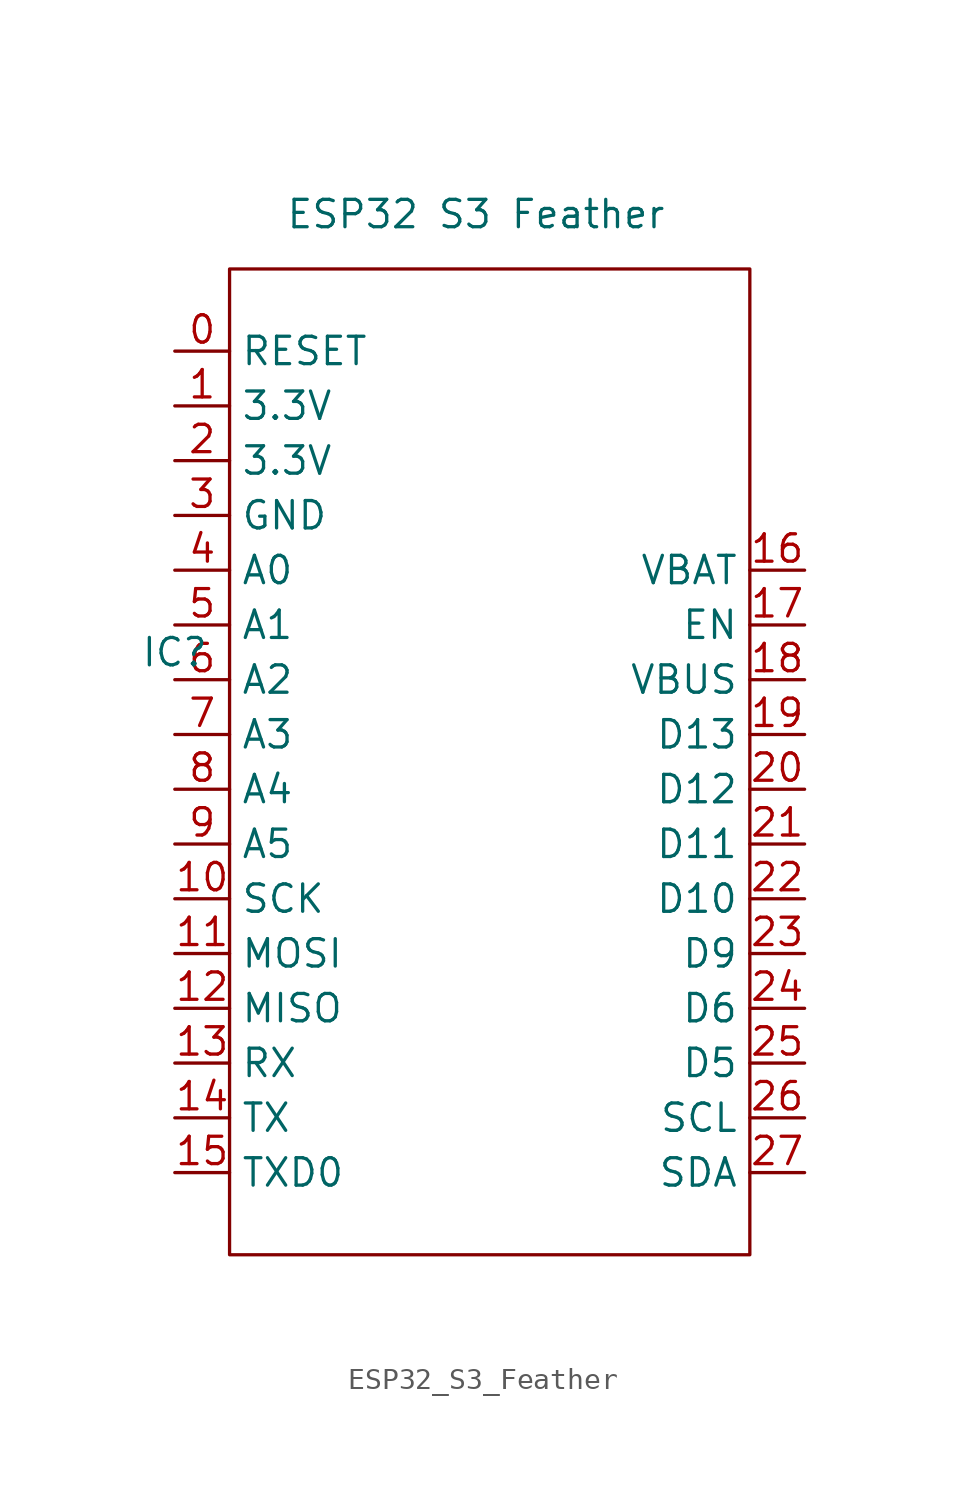
<source format=kicad_sym>
(kicad_symbol_lib
  (version 20220914)
  (generator kicad_symbol_editor)
  (symbol "ESP32_S3_Feather"
    (property "Reference" "IC"
      (at -13.97 3.81 0)
      (effects (font (size 1.27 1.27))))
    (property "Value" "ESP32 S3 Feather "
      (at 0 24.13 0)
      (effects (font (size 1.27 1.27))))
    (symbol "ESP32_S3_Feather_0_1"
      (rectangle (start -11.43 21.59) (end 12.7 -24.13) (stroke (width 0) (type default)) (fill (type none))))
    (symbol "ESP32_S3_Feather_1_1"
      (pin input line (at -13.97 17.78 0) (length 2.54) (name "RESET" (effects (font (size 1.27 1.27)))) (number "0" (effects (font (size 1.27 1.27)))))
      (pin input line (at -13.97 15.24 0) (length 2.54) (name "3.3V" (effects (font (size 1.27 1.27)))) (number "1" (effects (font (size 1.27 1.27)))))
      (pin input line (at -13.97 -7.62 0) (length 2.54) (name "SCK" (effects (font (size 1.27 1.27)))) (number "10" (effects (font (size 1.27 1.27)))))
      (pin input line (at -13.97 -10.16 0) (length 2.54) (name "MOSI" (effects (font (size 1.27 1.27)))) (number "11" (effects (font (size 1.27 1.27)))))
      (pin input line (at -13.97 -12.7 0) (length 2.54) (name "MISO" (effects (font (size 1.27 1.27)))) (number "12" (effects (font (size 1.27 1.27)))))
      (pin input line (at -13.97 -15.24 0) (length 2.54) (name "RX" (effects (font (size 1.27 1.27)))) (number "13" (effects (font (size 1.27 1.27)))))
      (pin input line (at -13.97 -17.78 0) (length 2.54) (name "TX" (effects (font (size 1.27 1.27)))) (number "14" (effects (font (size 1.27 1.27)))))
      (pin input line (at -13.97 -20.32 0) (length 2.54) (name "TXD0" (effects (font (size 1.27 1.27)))) (number "15" (effects (font (size 1.27 1.27)))))
      (pin input line (at 15.24 7.62 180) (length 2.54) (name "VBAT" (effects (font (size 1.27 1.27)))) (number "16" (effects (font (size 1.27 1.27)))))
      (pin input line (at 15.24 5.08 180) (length 2.54) (name "EN" (effects (font (size 1.27 1.27)))) (number "17" (effects (font (size 1.27 1.27)))))
      (pin input line (at 15.24 2.54 180) (length 2.54) (name "VBUS" (effects (font (size 1.27 1.27)))) (number "18" (effects (font (size 1.27 1.27)))))
      (pin input line (at 15.24 0 180) (length 2.54) (name "D13" (effects (font (size 1.27 1.27)))) (number "19" (effects (font (size 1.27 1.27)))))
      (pin input line (at -13.97 12.7 0) (length 2.54) (name "3.3V" (effects (font (size 1.27 1.27)))) (number "2" (effects (font (size 1.27 1.27)))))
      (pin input line (at 15.24 -2.54 180) (length 2.54) (name "D12" (effects (font (size 1.27 1.27)))) (number "20" (effects (font (size 1.27 1.27)))))
      (pin input line (at 15.24 -5.08 180) (length 2.54) (name "D11" (effects (font (size 1.27 1.27)))) (number "21" (effects (font (size 1.27 1.27)))))
      (pin input line (at 15.24 -7.62 180) (length 2.54) (name "D10" (effects (font (size 1.27 1.27)))) (number "22" (effects (font (size 1.27 1.27)))))
      (pin input line (at 15.24 -10.16 180) (length 2.54) (name "D9" (effects (font (size 1.27 1.27)))) (number "23" (effects (font (size 1.27 1.27)))))
      (pin input line (at 15.24 -12.7 180) (length 2.54) (name "D6" (effects (font (size 1.27 1.27)))) (number "24" (effects (font (size 1.27 1.27)))))
      (pin input line (at 15.24 -15.24 180) (length 2.54) (name "D5" (effects (font (size 1.27 1.27)))) (number "25" (effects (font (size 1.27 1.27)))))
      (pin input line (at 15.24 -17.78 180) (length 2.54) (name "SCL" (effects (font (size 1.27 1.27)))) (number "26" (effects (font (size 1.27 1.27)))))
      (pin input line (at 15.24 -20.32 180) (length 2.54) (name "SDA" (effects (font (size 1.27 1.27)))) (number "27" (effects (font (size 1.27 1.27)))))
      (pin input line (at -13.97 10.16 0) (length 2.54) (name "GND" (effects (font (size 1.27 1.27)))) (number "3" (effects (font (size 1.27 1.27)))))
      (pin input line (at -13.97 7.62 0) (length 2.54) (name "A0" (effects (font (size 1.27 1.27)))) (number "4" (effects (font (size 1.27 1.27)))))
      (pin input line (at -13.97 5.08 0) (length 2.54) (name "A1" (effects (font (size 1.27 1.27)))) (number "5" (effects (font (size 1.27 1.27)))))
      (pin input line (at -13.97 2.54 0) (length 2.54) (name "A2" (effects (font (size 1.27 1.27)))) (number "6" (effects (font (size 1.27 1.27)))))
      (pin input line (at -13.97 0 0) (length 2.54) (name "A3" (effects (font (size 1.27 1.27)))) (number "7" (effects (font (size 1.27 1.27)))))
      (pin input line (at -13.97 -2.54 0) (length 2.54) (name "A4" (effects (font (size 1.27 1.27)))) (number "8" (effects (font (size 1.27 1.27)))))
      (pin input line (at -13.97 -5.08 0) (length 2.54) (name "A5" (effects (font (size 1.27 1.27)))) (number "9" (effects (font (size 1.27 1.27))))))))
</source>
